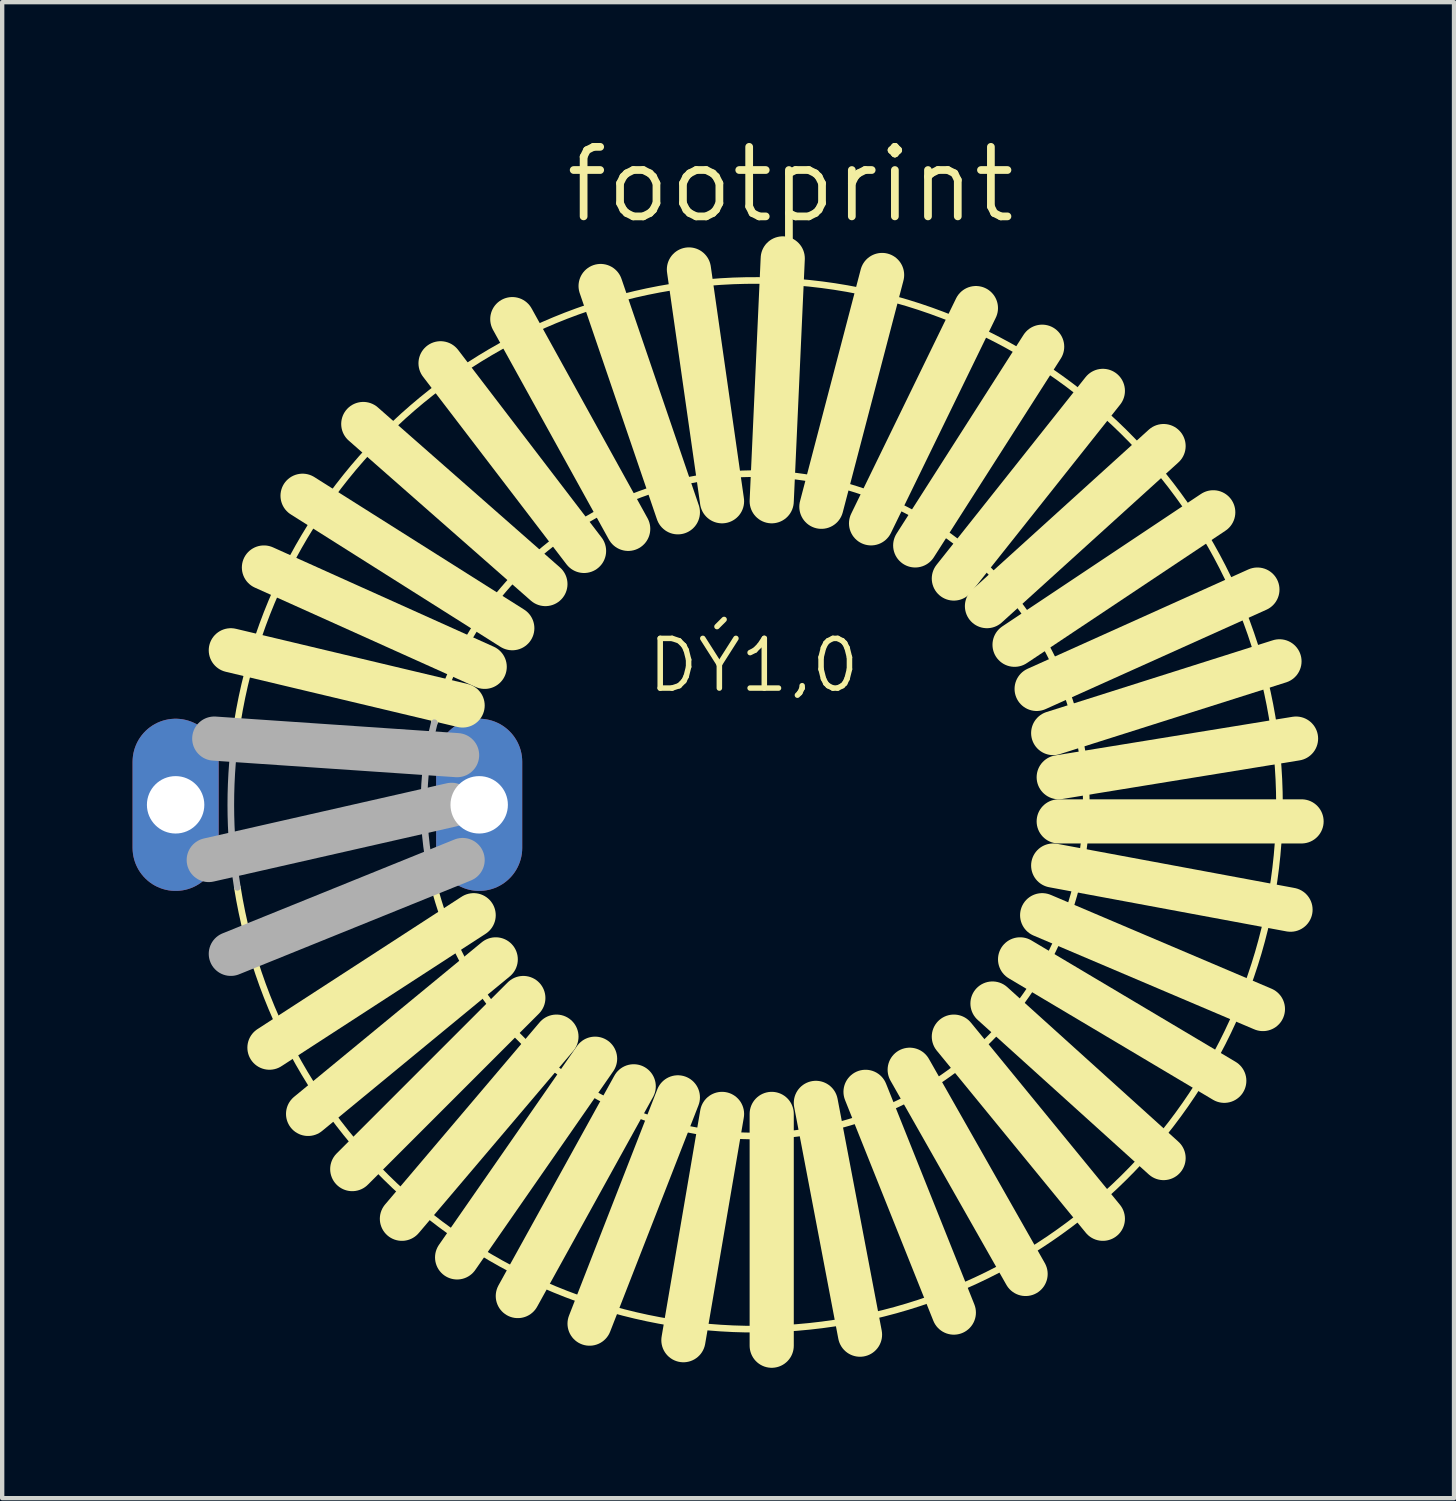
<source format=kicad_pcb>
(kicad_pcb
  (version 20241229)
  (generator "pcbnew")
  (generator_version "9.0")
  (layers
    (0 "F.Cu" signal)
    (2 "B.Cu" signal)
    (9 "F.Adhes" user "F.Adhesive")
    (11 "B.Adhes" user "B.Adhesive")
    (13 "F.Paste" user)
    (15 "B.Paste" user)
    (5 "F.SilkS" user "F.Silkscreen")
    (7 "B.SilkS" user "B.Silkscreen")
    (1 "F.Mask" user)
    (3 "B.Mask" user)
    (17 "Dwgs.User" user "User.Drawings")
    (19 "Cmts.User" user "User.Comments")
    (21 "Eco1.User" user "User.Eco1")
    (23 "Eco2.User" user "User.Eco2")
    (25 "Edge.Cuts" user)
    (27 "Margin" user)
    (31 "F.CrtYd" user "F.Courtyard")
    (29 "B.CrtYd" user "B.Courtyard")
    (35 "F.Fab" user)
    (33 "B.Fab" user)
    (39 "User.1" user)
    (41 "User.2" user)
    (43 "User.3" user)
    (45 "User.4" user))
  (footprint "footprint"
    (layer "F.Cu")
    (at 14.326 15.469)
    (property "Reference" "footprint" (at -4.445 -13.335 0) (layer "F.SilkS") (effects (font (size 1.6 1.6) (thickness 0.178)) (justify left bottom)))
    (fp_line (start -6.731 -2.286) (end -12.065 -3.556) (stroke (width 1.016) (type solid)) (layer "F.SilkS"))
    (fp_line (start -6.477 2.54) (end -11.176 5.588) (stroke (width 1.016) (type solid)) (layer "F.SilkS"))
    (fp_line (start -6.223 -3.175) (end -11.303 -5.461) (stroke (width 1.016) (type solid)) (layer "F.SilkS"))
    (fp_line (start -5.969 3.556) (end -10.287 7.112) (stroke (width 1.016) (type solid)) (layer "F.SilkS"))
    (fp_line (start -5.588 -4.064) (end -10.414 -7.112) (stroke (width 1.016) (type solid)) (layer "F.SilkS"))
    (fp_line (start -5.334 4.445) (end -9.271 8.382) (stroke (width 1.016) (type solid)) (layer "F.SilkS"))
    (fp_line (start -4.826 -5.08) (end -9.017 -8.763) (stroke (width 1.016) (type solid)) (layer "F.SilkS"))
    (fp_line (start -4.572 5.334) (end -8.128 9.525) (stroke (width 1.016) (type solid)) (layer "F.SilkS"))
    (fp_line (start -3.937 -5.842) (end -7.239 -10.16) (stroke (width 1.016) (type solid)) (layer "F.SilkS"))
    (fp_line (start -3.683 5.842) (end -6.858 10.414) (stroke (width 1.016) (type solid)) (layer "F.SilkS"))
    (fp_line (start -2.921 -6.35) (end -5.588 -11.176) (stroke (width 1.016) (type solid)) (layer "F.SilkS"))
    (fp_line (start -2.794 6.477) (end -5.461 11.303) (stroke (width 1.016) (type solid)) (layer "F.SilkS"))
    (fp_line (start -1.778 -6.731) (end -3.556 -11.938) (stroke (width 1.016) (type solid)) (layer "F.SilkS"))
    (fp_line (start -1.778 6.731) (end -3.81 11.938) (stroke (width 1.016) (type solid)) (layer "F.SilkS"))
    (fp_line (start -0.762 -6.985) (end -1.524 -12.319) (stroke (width 1.016) (type solid)) (layer "F.SilkS"))
    (fp_line (start -0.762 7.112) (end -1.651 12.319) (stroke (width 1.016) (type solid)) (layer "F.SilkS"))
    (fp_line (start 0.381 -6.985) (end 0.635 -12.573) (stroke (width 1.016) (type solid)) (layer "F.SilkS"))
    (fp_line (start 0.381 7.112) (end 0.381 12.446) (stroke (width 1.016) (type solid)) (layer "F.SilkS"))
    (fp_line (start 1.397 6.858) (end 2.413 12.192) (stroke (width 1.016) (type solid)) (layer "F.SilkS"))
    (fp_line (start 1.524 -6.858) (end 2.921 -12.192) (stroke (width 1.016) (type solid)) (layer "F.SilkS"))
    (fp_line (start 2.54 6.604) (end 4.572 11.684) (stroke (width 1.016) (type solid)) (layer "F.SilkS"))
    (fp_line (start 2.667 -6.477) (end 5.08 -11.43) (stroke (width 1.016) (type solid)) (layer "F.SilkS"))
    (fp_line (start 3.556 6.096) (end 6.223 10.795) (stroke (width 1.016) (type solid)) (layer "F.SilkS"))
    (fp_line (start 3.683 -5.969) (end 6.604 -10.541) (stroke (width 1.016) (type solid)) (layer "F.SilkS"))
    (fp_line (start 4.572 -5.207) (end 8.001 -9.525) (stroke (width 1.016) (type solid)) (layer "F.SilkS"))
    (fp_line (start 4.572 5.334) (end 8.001 9.525) (stroke (width 1.016) (type solid)) (layer "F.SilkS"))
    (fp_line (start 5.334 -4.572) (end 9.398 -8.255) (stroke (width 1.016) (type solid)) (layer "F.SilkS"))
    (fp_line (start 5.461 4.572) (end 9.398 8.128) (stroke (width 1.016) (type solid)) (layer "F.SilkS"))
    (fp_line (start 5.969 -3.683) (end 10.541 -6.731) (stroke (width 1.016) (type solid)) (layer "F.SilkS"))
    (fp_line (start 6.096 3.556) (end 10.795 6.35) (stroke (width 1.016) (type solid)) (layer "F.SilkS"))
    (fp_line (start 6.477 -2.667) (end 11.557 -4.953) (stroke (width 1.016) (type solid)) (layer "F.SilkS"))
    (fp_line (start 6.604 2.54) (end 11.684 4.699) (stroke (width 1.016) (type solid)) (layer "F.SilkS"))
    (fp_line (start 6.858 -1.651) (end 12.065 -3.302) (stroke (width 1.016) (type solid)) (layer "F.SilkS"))
    (fp_line (start 6.858 1.397) (end 12.319 2.413) (stroke (width 1.016) (type solid)) (layer "F.SilkS"))
    (fp_line (start 6.985 -0.635) (end 12.446 -1.524) (stroke (width 1.016) (type solid)) (layer "F.SilkS"))
    (fp_line (start 6.985 0.381) (end 12.573 0.381) (stroke (width 1.016) (type solid)) (layer "F.SilkS"))
    (fp_arc (start -11.9146 -1.8991) (mid 12.065002 0) (end -11.9146 1.8991) (stroke (width 0.1524) (type solid)) (layer "F.SilkS"))
    (fp_arc (start -7.3819 -1.8901) (mid 7.620034 0) (end -7.3819 1.8901) (stroke (width 0.1524) (type solid)) (layer "F.SilkS"))
    (fp_line (start -6.985 0) (end -12.573 1.27) (stroke (width 1.016) (type solid)) (layer "F.Fab"))
    (fp_line (start -6.858 -1.143) (end -12.446 -1.524) (stroke (width 1.016) (type solid)) (layer "F.Fab"))
    (fp_line (start -6.731 1.27) (end -12.065 3.429) (stroke (width 1.016) (type solid)) (layer "F.Fab"))
    (fp_arc (start -11.9146 1.8991) (mid -12.065002 0) (end -11.9146 -1.8991) (stroke (width 0.1524) (type solid)) (layer "F.Fab"))
    (fp_arc (start -7.3819 1.8901) (mid -7.620034 0) (end -7.3819 -1.8901) (stroke (width 0.1524) (type solid)) (layer "F.Fab"))
    (fp_text user "DÝ1,0" (at -2.54 -2.54 0) (layer "F.SilkS") (effects (font (size 1.143 1.143) (thickness 0.127)) (justify left bottom)))
    (pad "1" thru_hole oval (at -13.335 0 90) (size 3.962 1.981) (drill 1.321) (layers "*.Cu" "*.Mask"))
    (pad "2" thru_hole oval (at -6.35 0 90) (size 3.962 1.981) (drill 1.321) (layers "*.Cu" "*.Mask")))
  (gr_rect
    (start -3 -3)
    (end 30.407 31.423)
    (stroke (width 0.1) (type default))
    (fill no)
    (layer "Edge.Cuts")))
</source>
